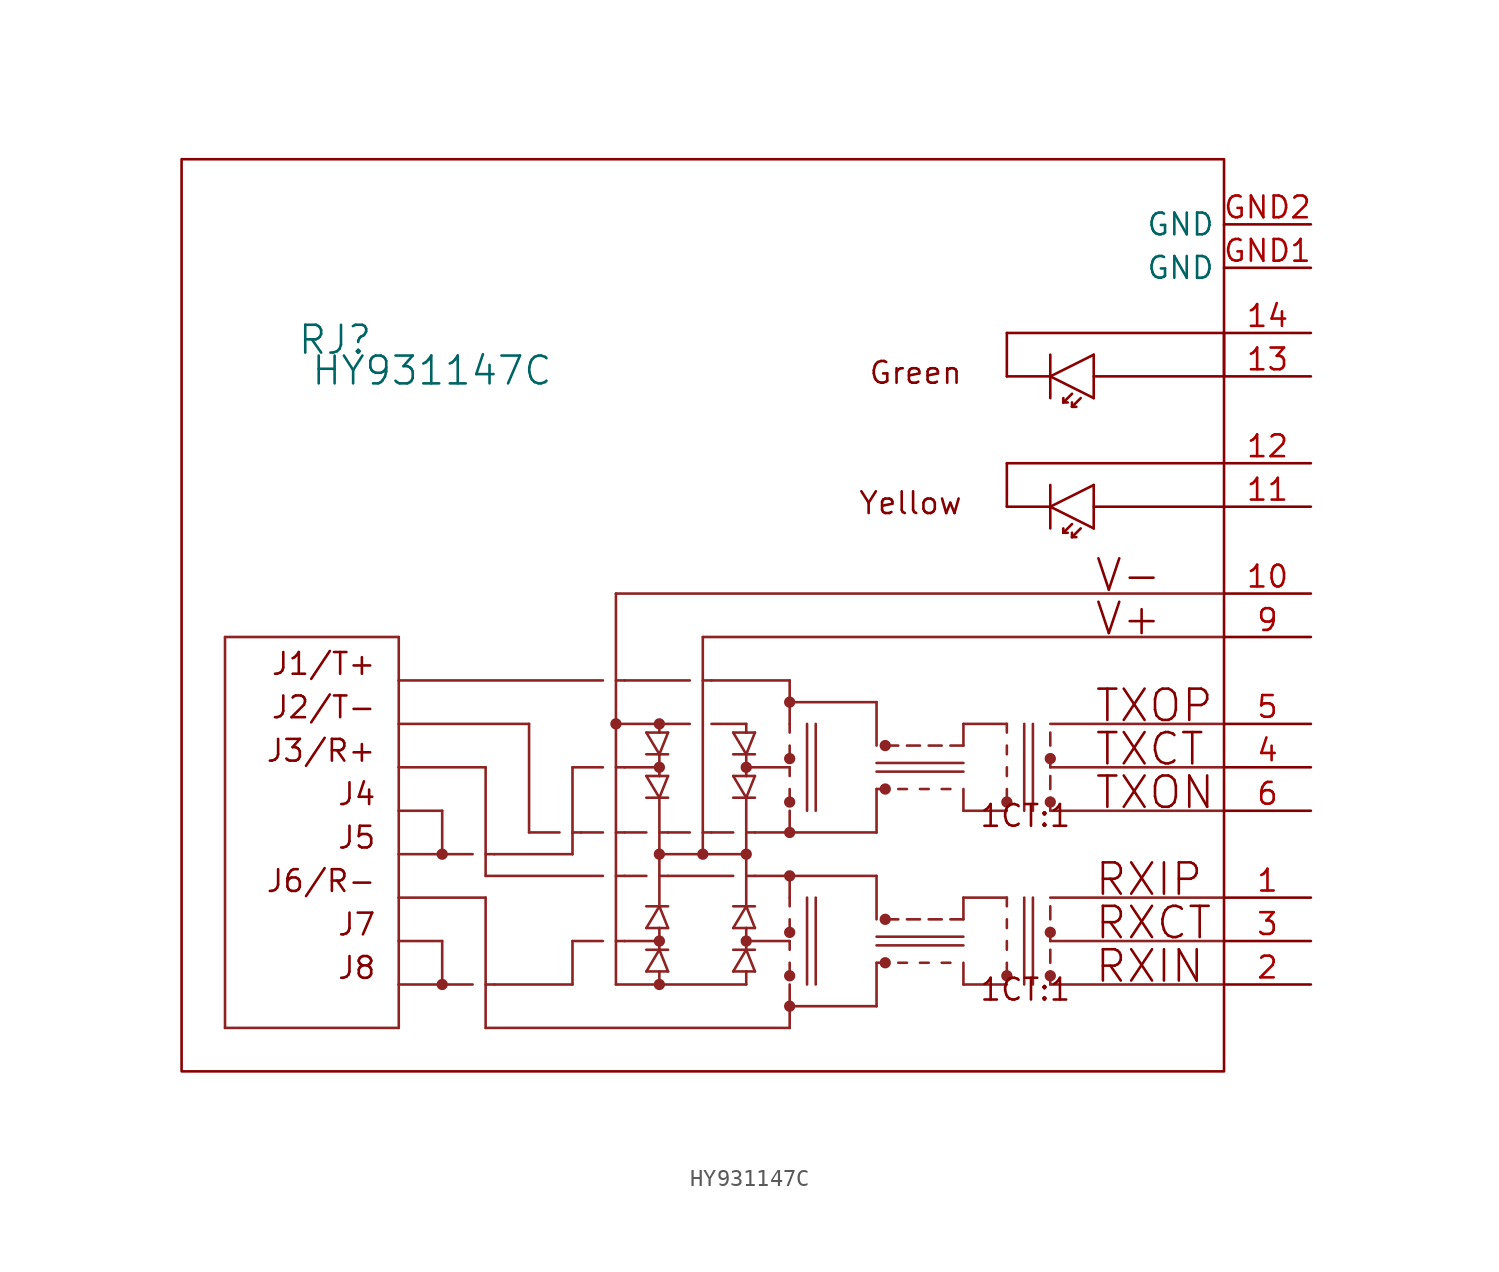
<source format=kicad_sym>
(kicad_symbol_lib
  (version 20241209)
  (generator "kicad_symbol_editor")
  (generator_version "9.0")
  (symbol "HY931147C"
    (property "Reference" "RJ"
      (at -24.046 14.837 0)
      (effects (font (size 1.626 1.626))))
    (property "Value" "HY931147C"
      (at -11.273 12.086 0)
      (effects (font (size 1.626 1.626)) (justify right bottom)))
    (symbol "HY931147C_1_0"
      (rectangle (start -33.02 25.4) (end 27.94 -27.94) (stroke (width 0) (type solid) (color 136 0 0 1)) (fill (type none)))
      (polyline (pts (xy -30.48 -2.54) (xy -30.48 -25.4)) (stroke (width 0) (type solid) (color 141 35 35 1)) (fill (type none)))
      (polyline (pts (xy -30.48 -25.4) (xy -20.32 -25.4)) (stroke (width 0) (type solid) (color 141 35 35 1)) (fill (type none)))
      (polyline (pts (xy -20.32 -2.54) (xy -30.48 -2.54)) (stroke (width 0) (type solid) (color 141 35 35 1)) (fill (type none)))
      (polyline (pts (xy -20.32 -5.08) (xy -20.32 -2.54)) (stroke (width 0) (type solid) (color 141 35 35 1)) (fill (type none)))
      (polyline (pts (xy -20.32 -7.62) (xy -20.32 -5.08)) (stroke (width 0) (type solid) (color 141 35 35 1)) (fill (type none)))
      (polyline (pts (xy -20.32 -10.16) (xy -20.32 -7.62)) (stroke (width 0) (type solid) (color 141 35 35 1)) (fill (type none)))
      (polyline (pts (xy -20.32 -12.7) (xy -20.32 -10.16)) (stroke (width 0) (type solid) (color 141 35 35 1)) (fill (type none)))
      (polyline (pts (xy -20.32 -12.7) (xy -17.78 -12.7)) (stroke (width 0) (type solid) (color 141 35 35 1)) (fill (type none)))
      (polyline (pts (xy -20.32 -15.24) (xy -20.32 -12.7)) (stroke (width 0) (type solid) (color 141 35 35 1)) (fill (type none)))
      (polyline (pts (xy -20.32 -17.78) (xy -20.32 -15.24)) (stroke (width 0) (type solid) (color 141 35 35 1)) (fill (type none)))
      (polyline (pts (xy -20.32 -20.32) (xy -20.32 -17.78)) (stroke (width 0) (type solid) (color 141 35 35 1)) (fill (type none)))
      (polyline (pts (xy -20.32 -22.86) (xy -20.32 -20.32)) (stroke (width 0) (type solid) (color 141 35 35 1)) (fill (type none)))
      (polyline (pts (xy -20.32 -22.86) (xy -17.78 -22.86)) (stroke (width 0) (type solid) (color 141 35 35 1)) (fill (type none)))
      (polyline (pts (xy -20.32 -25.4) (xy -20.32 -22.86)) (stroke (width 0) (type solid) (color 141 35 35 1)) (fill (type none)))
      (polyline (pts (xy -17.78 -12.7) (xy -17.78 -15.24)) (stroke (width 0) (type solid) (color 141 35 35 1)) (fill (type none)))
      (circle (center -17.78 -15.24) (radius 0.254) (stroke (width 0) (type solid) (color 141 35 35 1)) (fill (type outline)))
      (polyline (pts (xy -17.78 -15.24) (xy -20.32 -15.24)) (stroke (width 0) (type solid) (color 141 35 35 1)) (fill (type none)))
      (polyline (pts (xy -17.78 -20.32) (xy -20.32 -20.32)) (stroke (width 0) (type solid) (color 141 35 35 1)) (fill (type none)))
      (circle (center -17.78 -22.86) (radius 0.254) (stroke (width 0) (type solid) (color 141 35 35 1)) (fill (type outline)))
      (polyline (pts (xy -17.78 -22.86) (xy -17.78 -20.32)) (stroke (width 0) (type solid) (color 141 35 35 1)) (fill (type none)))
      (polyline (pts (xy -16.002 -15.24) (xy -17.78 -15.24)) (stroke (width 0) (type solid) (color 141 35 35 1)) (fill (type none)))
      (polyline (pts (xy -16.002 -22.86) (xy -17.78 -22.86)) (stroke (width 0) (type solid) (color 141 35 35 1)) (fill (type none)))
      (polyline (pts (xy -15.24 -10.16) (xy -20.32 -10.16)) (stroke (width 0) (type solid) (color 141 35 35 1)) (fill (type none)))
      (polyline (pts (xy -15.24 -15.24) (xy -14.732 -15.24)) (stroke (width 0) (type solid) (color 141 35 35 1)) (fill (type none)))
      (polyline (pts (xy -15.24 -16.51) (xy -15.24 -10.16)) (stroke (width 0) (type solid) (color 141 35 35 1)) (fill (type none)))
      (polyline (pts (xy -15.24 -17.78) (xy -20.32 -17.78)) (stroke (width 0) (type solid) (color 141 35 35 1)) (fill (type none)))
      (polyline (pts (xy -15.24 -22.86) (xy -14.732 -22.86)) (stroke (width 0) (type solid) (color 141 35 35 1)) (fill (type none)))
      (polyline (pts (xy -15.24 -25.4) (xy -15.24 -17.78)) (stroke (width 0) (type solid) (color 141 35 35 1)) (fill (type none)))
      (polyline (pts (xy -12.7 -7.62) (xy -20.32 -7.62)) (stroke (width 0) (type solid) (color 141 35 35 1)) (fill (type none)))
      (polyline (pts (xy -12.7 -13.97) (xy -12.7 -7.62)) (stroke (width 0) (type solid) (color 141 35 35 1)) (fill (type none)))
      (polyline (pts (xy -10.922 -13.97) (xy -12.7 -13.97)) (stroke (width 0) (type solid) (color 141 35 35 1)) (fill (type none)))
      (polyline (pts (xy -10.16 -10.16) (xy -10.16 -15.24)) (stroke (width 0) (type solid) (color 141 35 35 1)) (fill (type none)))
      (polyline (pts (xy -10.16 -13.97) (xy -9.652 -13.97)) (stroke (width 0) (type solid) (color 141 35 35 1)) (fill (type none)))
      (polyline (pts (xy -10.16 -15.24) (xy -14.732 -15.24)) (stroke (width 0) (type solid) (color 141 35 35 1)) (fill (type none)))
      (polyline (pts (xy -10.16 -20.32) (xy -10.16 -22.86)) (stroke (width 0) (type solid) (color 141 35 35 1)) (fill (type none)))
      (polyline (pts (xy -10.16 -22.86) (xy -14.732 -22.86)) (stroke (width 0) (type solid) (color 141 35 35 1)) (fill (type none)))
      (polyline (pts (xy -8.382 -5.08) (xy -20.32 -5.08)) (stroke (width 0) (type solid) (color 141 35 35 1)) (fill (type none)))
      (polyline (pts (xy -8.382 -10.16) (xy -10.16 -10.16)) (stroke (width 0) (type solid) (color 141 35 35 1)) (fill (type none)))
      (polyline (pts (xy -8.382 -13.97) (xy -9.652 -13.97)) (stroke (width 0) (type solid) (color 141 35 35 1)) (fill (type none)))
      (polyline (pts (xy -8.382 -16.51) (xy -15.24 -16.51)) (stroke (width 0) (type solid) (color 141 35 35 1)) (fill (type none)))
      (polyline (pts (xy -8.382 -20.32) (xy -10.16 -20.32)) (stroke (width 0) (type solid) (color 141 35 35 1)) (fill (type none)))
      (polyline (pts (xy -7.62 0) (xy -7.62 -7.62)) (stroke (width 0) (type solid) (color 141 35 35 1)) (fill (type none)))
      (polyline (pts (xy -7.62 -5.08) (xy -7.112 -5.08)) (stroke (width 0) (type solid) (color 141 35 35 1)) (fill (type none)))
      (circle (center -7.62 -7.62) (radius 0.254) (stroke (width 0) (type solid) (color 141 35 35 1)) (fill (type outline)))
      (polyline (pts (xy -7.62 -7.62) (xy -7.62 -22.86)) (stroke (width 0) (type solid) (color 141 35 35 1)) (fill (type none)))
      (polyline (pts (xy -7.62 -10.16) (xy -7.112 -10.16)) (stroke (width 0) (type solid) (color 141 35 35 1)) (fill (type none)))
      (polyline (pts (xy -7.62 -13.97) (xy -7.112 -13.97)) (stroke (width 0) (type solid) (color 141 35 35 1)) (fill (type none)))
      (polyline (pts (xy -7.62 -16.51) (xy -7.112 -16.51)) (stroke (width 0) (type solid) (color 141 35 35 1)) (fill (type none)))
      (polyline (pts (xy -7.62 -20.32) (xy -7.112 -20.32)) (stroke (width 0) (type solid) (color 141 35 35 1)) (fill (type none)))
      (polyline (pts (xy -7.62 -22.86) (xy -5.08 -22.86)) (stroke (width 0) (type solid) (color 141 35 35 1)) (fill (type none)))
      (polyline (pts (xy -5.842 -8.128) (xy -5.08 -9.398)) (stroke (width 0) (type solid) (color 141 35 35 1)) (fill (type none)))
      (polyline (pts (xy -5.842 -10.668) (xy -5.08 -11.938)) (stroke (width 0) (type solid) (color 141 35 35 1)) (fill (type none)))
      (polyline (pts (xy -5.842 -13.97) (xy -7.112 -13.97)) (stroke (width 0) (type solid) (color 141 35 35 1)) (fill (type none)))
      (polyline (pts (xy -5.842 -16.51) (xy -7.112 -16.51)) (stroke (width 0) (type solid) (color 141 35 35 1)) (fill (type none)))
      (polyline (pts (xy -5.842 -18.288) (xy -5.08 -18.288)) (stroke (width 0) (type solid) (color 141 35 35 1)) (fill (type none)))
      (polyline (pts (xy -5.842 -19.558) (xy -5.08 -19.558)) (stroke (width 0) (type solid) (color 141 35 35 1)) (fill (type none)))
      (polyline (pts (xy -5.842 -20.828) (xy -5.08 -20.828)) (stroke (width 0) (type solid) (color 141 35 35 1)) (fill (type none)))
      (polyline (pts (xy -5.842 -22.098) (xy -5.08 -22.098)) (stroke (width 0) (type solid) (color 141 35 35 1)) (fill (type none)))
      (circle (center -5.08 -7.62) (radius 0.254) (stroke (width 0) (type solid) (color 141 35 35 1)) (fill (type outline)))
      (polyline (pts (xy -5.08 -7.62) (xy -7.62 -7.62)) (stroke (width 0) (type solid) (color 141 35 35 1)) (fill (type none)))
      (polyline (pts (xy -5.08 -8.128) (xy -5.842 -8.128)) (stroke (width 0) (type solid) (color 141 35 35 1)) (fill (type none)))
      (polyline (pts (xy -5.08 -8.128) (xy -5.08 -7.62)) (stroke (width 0) (type solid) (color 141 35 35 1)) (fill (type none)))
      (polyline (pts (xy -5.08 -9.398) (xy -5.842 -9.398)) (stroke (width 0) (type solid) (color 141 35 35 1)) (fill (type none)))
      (polyline (pts (xy -5.08 -9.398) (xy -5.08 -10.16)) (stroke (width 0) (type solid) (color 141 35 35 1)) (fill (type none)))
      (polyline (pts (xy -5.08 -9.398) (xy -4.572 -8.128)) (stroke (width 0) (type solid) (color 141 35 35 1)) (fill (type none)))
      (circle (center -5.08 -10.16) (radius 0.254) (stroke (width 0) (type solid) (color 141 35 35 1)) (fill (type outline)))
      (polyline (pts (xy -5.08 -10.16) (xy -7.112 -10.16)) (stroke (width 0) (type solid) (color 141 35 35 1)) (fill (type none)))
      (polyline (pts (xy -5.08 -10.16) (xy -5.08 -10.668)) (stroke (width 0) (type solid) (color 141 35 35 1)) (fill (type none)))
      (polyline (pts (xy -5.08 -10.668) (xy -5.842 -10.668)) (stroke (width 0) (type solid) (color 141 35 35 1)) (fill (type none)))
      (polyline (pts (xy -5.08 -11.938) (xy -5.842 -11.938)) (stroke (width 0) (type solid) (color 141 35 35 1)) (fill (type none)))
      (polyline (pts (xy -5.08 -11.938) (xy -4.572 -10.668)) (stroke (width 0) (type solid) (color 141 35 35 1)) (fill (type none)))
      (polyline (pts (xy -5.08 -13.97) (xy -4.572 -13.97)) (stroke (width 0) (type solid) (color 141 35 35 1)) (fill (type none)))
      (circle (center -5.08 -15.24) (radius 0.254) (stroke (width 0) (type solid) (color 141 35 35 1)) (fill (type outline)))
      (polyline (pts (xy -5.08 -15.24) (xy -5.08 -11.938)) (stroke (width 0) (type solid) (color 141 35 35 1)) (fill (type none)))
      (polyline (pts (xy -5.08 -16.51) (xy -4.572 -16.51)) (stroke (width 0) (type solid) (color 141 35 35 1)) (fill (type none)))
      (polyline (pts (xy -5.08 -18.288) (xy -5.842 -19.558)) (stroke (width 0) (type solid) (color 141 35 35 1)) (fill (type none)))
      (polyline (pts (xy -5.08 -18.288) (xy -5.08 -15.24)) (stroke (width 0) (type solid) (color 141 35 35 1)) (fill (type none)))
      (polyline (pts (xy -5.08 -18.288) (xy -4.572 -18.288)) (stroke (width 0) (type solid) (color 141 35 35 1)) (fill (type none)))
      (polyline (pts (xy -5.08 -19.558) (xy -4.572 -19.558)) (stroke (width 0) (type solid) (color 141 35 35 1)) (fill (type none)))
      (circle (center -5.08 -20.32) (radius 0.254) (stroke (width 0) (type solid) (color 141 35 35 1)) (fill (type outline)))
      (polyline (pts (xy -5.08 -20.32) (xy -7.112 -20.32)) (stroke (width 0) (type solid) (color 141 35 35 1)) (fill (type none)))
      (polyline (pts (xy -5.08 -20.32) (xy -5.08 -19.558)) (stroke (width 0) (type solid) (color 141 35 35 1)) (fill (type none)))
      (polyline (pts (xy -5.08 -20.828) (xy -5.842 -22.098)) (stroke (width 0) (type solid) (color 141 35 35 1)) (fill (type none)))
      (polyline (pts (xy -5.08 -20.828) (xy -5.08 -20.32)) (stroke (width 0) (type solid) (color 141 35 35 1)) (fill (type none)))
      (polyline (pts (xy -5.08 -20.828) (xy -4.572 -20.828)) (stroke (width 0) (type solid) (color 141 35 35 1)) (fill (type none)))
      (polyline (pts (xy -5.08 -22.098) (xy -5.08 -22.86)) (stroke (width 0) (type solid) (color 141 35 35 1)) (fill (type none)))
      (polyline (pts (xy -5.08 -22.098) (xy -4.572 -22.098)) (stroke (width 0) (type solid) (color 141 35 35 1)) (fill (type none)))
      (circle (center -5.08 -22.86) (radius 0.254) (stroke (width 0) (type solid) (color 141 35 35 1)) (fill (type outline)))
      (polyline (pts (xy -4.572 -8.128) (xy -5.08 -8.128)) (stroke (width 0) (type solid) (color 141 35 35 1)) (fill (type none)))
      (polyline (pts (xy -4.572 -9.398) (xy -5.08 -9.398)) (stroke (width 0) (type solid) (color 141 35 35 1)) (fill (type none)))
      (polyline (pts (xy -4.572 -10.668) (xy -5.08 -10.668)) (stroke (width 0) (type solid) (color 141 35 35 1)) (fill (type none)))
      (polyline (pts (xy -4.572 -11.938) (xy -5.08 -11.938)) (stroke (width 0) (type solid) (color 141 35 35 1)) (fill (type none)))
      (polyline (pts (xy -4.572 -19.558) (xy -5.08 -18.288)) (stroke (width 0) (type solid) (color 141 35 35 1)) (fill (type none)))
      (polyline (pts (xy -4.572 -22.098) (xy -5.08 -20.828)) (stroke (width 0) (type solid) (color 141 35 35 1)) (fill (type none)))
      (polyline (pts (xy -3.302 -5.08) (xy -7.112 -5.08)) (stroke (width 0) (type solid) (color 141 35 35 1)) (fill (type none)))
      (polyline (pts (xy -3.302 -7.62) (xy -5.08 -7.62)) (stroke (width 0) (type solid) (color 141 35 35 1)) (fill (type none)))
      (polyline (pts (xy -3.302 -13.97) (xy -4.572 -13.97)) (stroke (width 0) (type solid) (color 141 35 35 1)) (fill (type none)))
      (polyline (pts (xy -2.54 -2.54) (xy -2.54 -15.24)) (stroke (width 0) (type solid) (color 141 35 35 1)) (fill (type none)))
      (polyline (pts (xy -2.54 -5.08) (xy -2.032 -5.08)) (stroke (width 0) (type solid) (color 141 35 35 1)) (fill (type none)))
      (polyline (pts (xy -2.54 -13.97) (xy -2.032 -13.97)) (stroke (width 0) (type solid) (color 141 35 35 1)) (fill (type none)))
      (circle (center -2.54 -15.24) (radius 0.254) (stroke (width 0) (type solid) (color 141 35 35 1)) (fill (type outline)))
      (polyline (pts (xy -2.54 -15.24) (xy -5.08 -15.24)) (stroke (width 0) (type solid) (color 141 35 35 1)) (fill (type none)))
      (polyline (pts (xy -0.762 -8.128) (xy 0 -9.398)) (stroke (width 0) (type solid) (color 141 35 35 1)) (fill (type none)))
      (polyline (pts (xy -0.762 -10.668) (xy 0 -11.938)) (stroke (width 0) (type solid) (color 141 35 35 1)) (fill (type none)))
      (polyline (pts (xy -0.762 -13.97) (xy -2.032 -13.97)) (stroke (width 0) (type solid) (color 141 35 35 1)) (fill (type none)))
      (polyline (pts (xy -0.762 -16.51) (xy -4.572 -16.51)) (stroke (width 0) (type solid) (color 141 35 35 1)) (fill (type none)))
      (polyline (pts (xy -0.762 -18.288) (xy 0 -18.288)) (stroke (width 0) (type solid) (color 141 35 35 1)) (fill (type none)))
      (polyline (pts (xy -0.762 -19.558) (xy 0 -19.558)) (stroke (width 0) (type solid) (color 141 35 35 1)) (fill (type none)))
      (polyline (pts (xy -0.762 -20.828) (xy 0 -20.828)) (stroke (width 0) (type solid) (color 141 35 35 1)) (fill (type none)))
      (polyline (pts (xy -0.762 -22.098) (xy 0 -22.098)) (stroke (width 0) (type solid) (color 141 35 35 1)) (fill (type none)))
      (polyline (pts (xy 0 -7.62) (xy -2.032 -7.62)) (stroke (width 0) (type solid) (color 141 35 35 1)) (fill (type none)))
      (polyline (pts (xy 0 -8.128) (xy -0.762 -8.128)) (stroke (width 0) (type solid) (color 141 35 35 1)) (fill (type none)))
      (polyline (pts (xy 0 -8.128) (xy 0 -7.62)) (stroke (width 0) (type solid) (color 141 35 35 1)) (fill (type none)))
      (polyline (pts (xy 0 -9.398) (xy -0.762 -9.398)) (stroke (width 0) (type solid) (color 141 35 35 1)) (fill (type none)))
      (polyline (pts (xy 0 -9.398) (xy 0 -10.16)) (stroke (width 0) (type solid) (color 141 35 35 1)) (fill (type none)))
      (polyline (pts (xy 0 -9.398) (xy 0.508 -8.128)) (stroke (width 0) (type solid) (color 141 35 35 1)) (fill (type none)))
      (polyline (pts (xy 0 -10.16) (xy 0 -10.668)) (stroke (width 0) (type solid) (color 141 35 35 1)) (fill (type none)))
      (polyline (pts (xy 0 -10.16) (xy 2.54 -10.16)) (stroke (width 0) (type solid) (color 141 35 35 1)) (fill (type none)))
      (circle (center 0 -10.16) (radius 0.254) (stroke (width 0) (type solid) (color 141 35 35 1)) (fill (type outline)))
      (polyline (pts (xy 0 -10.668) (xy -0.762 -10.668)) (stroke (width 0) (type solid) (color 141 35 35 1)) (fill (type none)))
      (polyline (pts (xy 0 -11.938) (xy -0.762 -11.938)) (stroke (width 0) (type solid) (color 141 35 35 1)) (fill (type none)))
      (polyline (pts (xy 0 -11.938) (xy 0.508 -10.668)) (stroke (width 0) (type solid) (color 141 35 35 1)) (fill (type none)))
      (polyline (pts (xy 0 -13.97) (xy 0.508 -13.97)) (stroke (width 0) (type solid) (color 141 35 35 1)) (fill (type none)))
      (polyline (pts (xy 0 -15.24) (xy -2.54 -15.24)) (stroke (width 0) (type solid) (color 141 35 35 1)) (fill (type none)))
      (polyline (pts (xy 0 -15.24) (xy 0 -11.938)) (stroke (width 0) (type solid) (color 141 35 35 1)) (fill (type none)))
      (circle (center 0 -15.24) (radius 0.254) (stroke (width 0) (type solid) (color 141 35 35 1)) (fill (type outline)))
      (polyline (pts (xy 0 -16.51) (xy 0.508 -16.51)) (stroke (width 0) (type solid) (color 141 35 35 1)) (fill (type none)))
      (polyline (pts (xy 0 -18.288) (xy -0.762 -19.558)) (stroke (width 0) (type solid) (color 141 35 35 1)) (fill (type none)))
      (polyline (pts (xy 0 -18.288) (xy 0 -15.24)) (stroke (width 0) (type solid) (color 141 35 35 1)) (fill (type none)))
      (polyline (pts (xy 0 -18.288) (xy 0.508 -18.288)) (stroke (width 0) (type solid) (color 141 35 35 1)) (fill (type none)))
      (polyline (pts (xy 0 -19.558) (xy 0.508 -19.558)) (stroke (width 0) (type solid) (color 141 35 35 1)) (fill (type none)))
      (polyline (pts (xy 0 -20.32) (xy 0 -19.558)) (stroke (width 0) (type solid) (color 141 35 35 1)) (fill (type none)))
      (polyline (pts (xy 0 -20.32) (xy 2.54 -20.32)) (stroke (width 0) (type solid) (color 141 35 35 1)) (fill (type none)))
      (circle (center 0 -20.32) (radius 0.254) (stroke (width 0) (type solid) (color 141 35 35 1)) (fill (type outline)))
      (polyline (pts (xy 0 -20.828) (xy -0.762 -22.098)) (stroke (width 0) (type solid) (color 141 35 35 1)) (fill (type none)))
      (polyline (pts (xy 0 -20.828) (xy 0 -20.32)) (stroke (width 0) (type solid) (color 141 35 35 1)) (fill (type none)))
      (polyline (pts (xy 0 -20.828) (xy 0.508 -20.828)) (stroke (width 0) (type solid) (color 141 35 35 1)) (fill (type none)))
      (polyline (pts (xy 0 -22.098) (xy 0 -22.86)) (stroke (width 0) (type solid) (color 141 35 35 1)) (fill (type none)))
      (polyline (pts (xy 0 -22.098) (xy 0.508 -22.098)) (stroke (width 0) (type solid) (color 141 35 35 1)) (fill (type none)))
      (polyline (pts (xy 0 -22.86) (xy -5.08 -22.86)) (stroke (width 0) (type solid) (color 141 35 35 1)) (fill (type none)))
      (polyline (pts (xy 0.508 -8.128) (xy 0 -8.128)) (stroke (width 0) (type solid) (color 141 35 35 1)) (fill (type none)))
      (polyline (pts (xy 0.508 -9.398) (xy 0 -9.398)) (stroke (width 0) (type solid) (color 141 35 35 1)) (fill (type none)))
      (polyline (pts (xy 0.508 -10.668) (xy 0 -10.668)) (stroke (width 0) (type solid) (color 141 35 35 1)) (fill (type none)))
      (polyline (pts (xy 0.508 -11.938) (xy 0 -11.938)) (stroke (width 0) (type solid) (color 141 35 35 1)) (fill (type none)))
      (polyline (pts (xy 0.508 -16.51) (xy 2.54 -16.51)) (stroke (width 0) (type solid) (color 141 35 35 1)) (fill (type none)))
      (polyline (pts (xy 0.508 -19.558) (xy 0 -18.288)) (stroke (width 0) (type solid) (color 141 35 35 1)) (fill (type none)))
      (polyline (pts (xy 0.508 -22.098) (xy 0 -20.828)) (stroke (width 0) (type solid) (color 141 35 35 1)) (fill (type none)))
      (polyline (pts (xy 2.54 -5.08) (xy -2.032 -5.08)) (stroke (width 0) (type solid) (color 141 35 35 1)) (fill (type none)))
      (polyline (pts (xy 2.54 -6.35) (xy 2.54 -5.08)) (stroke (width 0) (type solid) (color 141 35 35 1)) (fill (type none)))
      (polyline (pts (xy 2.54 -6.35) (xy 2.54 -7.62)) (stroke (width 0) (type solid) (color 141 35 35 1)) (fill (type none)))
      (circle (center 2.54 -6.35) (radius 0.254) (stroke (width 0) (type solid) (color 141 35 35 1)) (fill (type outline)))
      (polyline (pts (xy 2.54 -8.128) (xy 2.54 -7.62)) (stroke (width 0) (type solid) (color 141 35 35 1)) (fill (type none)))
      (polyline (pts (xy 2.54 -9.398) (xy 2.54 -8.89)) (stroke (width 0) (type solid) (color 141 35 35 1)) (fill (type none)))
      (circle (center 2.54 -9.652) (radius 0.254) (stroke (width 0) (type solid) (color 141 35 35 1)) (fill (type outline)))
      (polyline (pts (xy 2.54 -10.668) (xy 2.54 -10.16)) (stroke (width 0) (type solid) (color 141 35 35 1)) (fill (type none)))
      (polyline (pts (xy 2.54 -11.938) (xy 2.54 -11.43)) (stroke (width 0) (type solid) (color 141 35 35 1)) (fill (type none)))
      (circle (center 2.54 -12.192) (radius 0.254) (stroke (width 0) (type solid) (color 141 35 35 1)) (fill (type outline)))
      (polyline (pts (xy 2.54 -13.97) (xy 0.508 -13.97)) (stroke (width 0) (type solid) (color 141 35 35 1)) (fill (type none)))
      (polyline (pts (xy 2.54 -13.97) (xy 2.54 -12.7)) (stroke (width 0) (type solid) (color 141 35 35 1)) (fill (type none)))
      (circle (center 2.54 -13.97) (radius 0.254) (stroke (width 0) (type solid) (color 141 35 35 1)) (fill (type outline)))
      (circle (center 2.54 -16.51) (radius 0.254) (stroke (width 0) (type solid) (color 141 35 35 1)) (fill (type outline)))
      (polyline (pts (xy 2.54 -17.78) (xy 2.54 -16.51)) (stroke (width 0) (type solid) (color 141 35 35 1)) (fill (type none)))
      (polyline (pts (xy 2.54 -18.288) (xy 2.54 -17.78)) (stroke (width 0) (type solid) (color 141 35 35 1)) (fill (type none)))
      (polyline (pts (xy 2.54 -19.558) (xy 2.54 -19.05)) (stroke (width 0) (type solid) (color 141 35 35 1)) (fill (type none)))
      (circle (center 2.54 -19.812) (radius 0.254) (stroke (width 0) (type solid) (color 141 35 35 1)) (fill (type outline)))
      (polyline (pts (xy 2.54 -20.828) (xy 2.54 -20.32)) (stroke (width 0) (type solid) (color 141 35 35 1)) (fill (type none)))
      (polyline (pts (xy 2.54 -22.098) (xy 2.54 -21.59)) (stroke (width 0) (type solid) (color 141 35 35 1)) (fill (type none)))
      (circle (center 2.54 -22.352) (radius 0.254) (stroke (width 0) (type solid) (color 141 35 35 1)) (fill (type outline)))
      (polyline (pts (xy 2.54 -24.13) (xy 2.54 -22.86)) (stroke (width 0) (type solid) (color 141 35 35 1)) (fill (type none)))
      (polyline (pts (xy 2.54 -24.13) (xy 2.54 -25.4)) (stroke (width 0) (type solid) (color 141 35 35 1)) (fill (type none)))
      (circle (center 2.54 -24.13) (radius 0.254) (stroke (width 0) (type solid) (color 141 35 35 1)) (fill (type outline)))
      (polyline (pts (xy 2.54 -25.4) (xy -15.24 -25.4)) (stroke (width 0) (type solid) (color 141 35 35 1)) (fill (type none)))
      (polyline (pts (xy 3.556 -12.7) (xy 3.556 -7.62)) (stroke (width 0) (type solid) (color 141 35 35 1)) (fill (type none)))
      (polyline (pts (xy 3.556 -22.86) (xy 3.556 -17.78)) (stroke (width 0) (type solid) (color 141 35 35 1)) (fill (type none)))
      (polyline (pts (xy 4.064 -12.7) (xy 4.064 -7.62)) (stroke (width 0) (type solid) (color 141 35 35 1)) (fill (type none)))
      (polyline (pts (xy 4.064 -22.86) (xy 4.064 -17.78)) (stroke (width 0) (type solid) (color 141 35 35 1)) (fill (type none)))
      (polyline (pts (xy 7.62 -6.35) (xy 2.54 -6.35)) (stroke (width 0) (type solid) (color 141 35 35 1)) (fill (type none)))
      (polyline (pts (xy 7.62 -8.89) (xy 7.62 -6.35)) (stroke (width 0) (type solid) (color 141 35 35 1)) (fill (type none)))
      (polyline (pts (xy 7.62 -11.43) (xy 7.62 -13.97)) (stroke (width 0) (type solid) (color 141 35 35 1)) (fill (type none)))
      (polyline (pts (xy 7.62 -13.97) (xy 2.54 -13.97)) (stroke (width 0) (type solid) (color 141 35 35 1)) (fill (type none)))
      (polyline (pts (xy 7.62 -16.51) (xy 2.54 -16.51)) (stroke (width 0) (type solid) (color 141 35 35 1)) (fill (type none)))
      (polyline (pts (xy 7.62 -19.05) (xy 7.62 -16.51)) (stroke (width 0) (type solid) (color 141 35 35 1)) (fill (type none)))
      (polyline (pts (xy 7.62 -21.59) (xy 7.62 -24.13)) (stroke (width 0) (type solid) (color 141 35 35 1)) (fill (type none)))
      (polyline (pts (xy 7.62 -24.13) (xy 2.54 -24.13)) (stroke (width 0) (type solid) (color 141 35 35 1)) (fill (type none)))
      (polyline (pts (xy 8.128 -8.89) (xy 8.89 -8.89)) (stroke (width 0) (type solid) (color 141 35 35 1)) (fill (type none)))
      (circle (center 8.128 -8.89) (radius 0.254) (stroke (width 0) (type solid) (color 141 35 35 1)) (fill (type outline)))
      (polyline (pts (xy 8.128 -11.43) (xy 7.62 -11.43)) (stroke (width 0) (type solid) (color 141 35 35 1)) (fill (type none)))
      (circle (center 8.128 -11.43) (radius 0.254) (stroke (width 0) (type solid) (color 141 35 35 1)) (fill (type outline)))
      (polyline (pts (xy 8.128 -19.05) (xy 8.89 -19.05)) (stroke (width 0) (type solid) (color 141 35 35 1)) (fill (type none)))
      (circle (center 8.128 -19.05) (radius 0.254) (stroke (width 0) (type solid) (color 141 35 35 1)) (fill (type outline)))
      (polyline (pts (xy 8.128 -21.59) (xy 7.62 -21.59)) (stroke (width 0) (type solid) (color 141 35 35 1)) (fill (type none)))
      (circle (center 8.128 -21.59) (radius 0.254) (stroke (width 0) (type solid) (color 141 35 35 1)) (fill (type outline)))
      (polyline (pts (xy 9.398 -8.89) (xy 10.16 -8.89)) (stroke (width 0) (type solid) (color 141 35 35 1)) (fill (type none)))
      (polyline (pts (xy 9.398 -11.43) (xy 8.89 -11.43)) (stroke (width 0) (type solid) (color 141 35 35 1)) (fill (type none)))
      (polyline (pts (xy 9.398 -19.05) (xy 10.16 -19.05)) (stroke (width 0) (type solid) (color 141 35 35 1)) (fill (type none)))
      (polyline (pts (xy 9.398 -21.59) (xy 8.89 -21.59)) (stroke (width 0) (type solid) (color 141 35 35 1)) (fill (type none)))
      (polyline (pts (xy 10.668 -8.89) (xy 11.43 -8.89)) (stroke (width 0) (type solid) (color 141 35 35 1)) (fill (type none)))
      (polyline (pts (xy 10.668 -11.43) (xy 10.16 -11.43)) (stroke (width 0) (type solid) (color 141 35 35 1)) (fill (type none)))
      (polyline (pts (xy 10.668 -19.05) (xy 11.43 -19.05)) (stroke (width 0) (type solid) (color 141 35 35 1)) (fill (type none)))
      (polyline (pts (xy 10.668 -21.59) (xy 10.16 -21.59)) (stroke (width 0) (type solid) (color 141 35 35 1)) (fill (type none)))
      (polyline (pts (xy 11.938 -8.89) (xy 12.7 -8.89)) (stroke (width 0) (type solid) (color 141 35 35 1)) (fill (type none)))
      (polyline (pts (xy 11.938 -11.43) (xy 11.43 -11.43)) (stroke (width 0) (type solid) (color 141 35 35 1)) (fill (type none)))
      (polyline (pts (xy 11.938 -19.05) (xy 12.7 -19.05)) (stroke (width 0) (type solid) (color 141 35 35 1)) (fill (type none)))
      (polyline (pts (xy 11.938 -21.59) (xy 11.43 -21.59)) (stroke (width 0) (type solid) (color 141 35 35 1)) (fill (type none)))
      (polyline (pts (xy 12.7 -7.62) (xy 12.7 -8.89)) (stroke (width 0) (type solid) (color 141 35 35 1)) (fill (type none)))
      (polyline (pts (xy 12.7 -9.906) (xy 7.62 -9.906)) (stroke (width 0) (type solid) (color 141 35 35 1)) (fill (type none)))
      (polyline (pts (xy 12.7 -10.414) (xy 7.62 -10.414)) (stroke (width 0) (type solid) (color 141 35 35 1)) (fill (type none)))
      (polyline (pts (xy 12.7 -12.7) (xy 12.7 -11.43)) (stroke (width 0) (type solid) (color 141 35 35 1)) (fill (type none)))
      (polyline (pts (xy 12.7 -17.78) (xy 12.7 -19.05)) (stroke (width 0) (type solid) (color 141 35 35 1)) (fill (type none)))
      (polyline (pts (xy 12.7 -20.066) (xy 7.62 -20.066)) (stroke (width 0) (type solid) (color 141 35 35 1)) (fill (type none)))
      (polyline (pts (xy 12.7 -20.574) (xy 7.62 -20.574)) (stroke (width 0) (type solid) (color 141 35 35 1)) (fill (type none)))
      (polyline (pts (xy 12.7 -22.86) (xy 12.7 -21.59)) (stroke (width 0) (type solid) (color 141 35 35 1)) (fill (type none)))
      (polyline (pts (xy 15.24 15.24) (xy 15.24 12.7)) (stroke (width 0) (type solid) (color 136 0 0 1)) (fill (type none)))
      (polyline (pts (xy 15.24 12.7) (xy 17.78 12.7)) (stroke (width 0) (type solid) (color 136 0 0 1)) (fill (type none)))
      (polyline (pts (xy 15.24 7.62) (xy 15.24 5.08)) (stroke (width 0) (type solid) (color 136 0 0 1)) (fill (type none)))
      (polyline (pts (xy 15.24 5.08) (xy 17.78 5.08)) (stroke (width 0) (type solid) (color 136 0 0 1)) (fill (type none)))
      (polyline (pts (xy 15.24 -7.62) (xy 12.7 -7.62)) (stroke (width 0) (type solid) (color 141 35 35 1)) (fill (type none)))
      (polyline (pts (xy 15.24 -8.128) (xy 15.24 -7.62)) (stroke (width 0) (type solid) (color 141 35 35 1)) (fill (type none)))
      (polyline (pts (xy 15.24 -9.398) (xy 15.24 -8.89)) (stroke (width 0) (type solid) (color 141 35 35 1)) (fill (type none)))
      (polyline (pts (xy 15.24 -10.668) (xy 15.24 -10.16)) (stroke (width 0) (type solid) (color 141 35 35 1)) (fill (type none)))
      (polyline (pts (xy 15.24 -11.938) (xy 15.24 -11.43)) (stroke (width 0) (type solid) (color 141 35 35 1)) (fill (type none)))
      (circle (center 15.24 -12.192) (radius 0.254) (stroke (width 0) (type solid) (color 141 35 35 1)) (fill (type outline)))
      (polyline (pts (xy 15.24 -12.7) (xy 12.7 -12.7)) (stroke (width 0) (type solid) (color 141 35 35 1)) (fill (type none)))
      (polyline (pts (xy 15.24 -17.78) (xy 12.7 -17.78)) (stroke (width 0) (type solid) (color 141 35 35 1)) (fill (type none)))
      (polyline (pts (xy 15.24 -18.288) (xy 15.24 -17.78)) (stroke (width 0) (type solid) (color 141 35 35 1)) (fill (type none)))
      (polyline (pts (xy 15.24 -19.558) (xy 15.24 -19.05)) (stroke (width 0) (type solid) (color 141 35 35 1)) (fill (type none)))
      (polyline (pts (xy 15.24 -20.828) (xy 15.24 -20.32)) (stroke (width 0) (type solid) (color 141 35 35 1)) (fill (type none)))
      (polyline (pts (xy 15.24 -22.098) (xy 15.24 -21.59)) (stroke (width 0) (type solid) (color 141 35 35 1)) (fill (type none)))
      (circle (center 15.24 -22.352) (radius 0.254) (stroke (width 0) (type solid) (color 141 35 35 1)) (fill (type outline)))
      (polyline (pts (xy 15.24 -22.86) (xy 12.7 -22.86)) (stroke (width 0) (type solid) (color 141 35 35 1)) (fill (type none)))
      (polyline (pts (xy 16.256 -7.62) (xy 16.256 -12.7)) (stroke (width 0) (type solid) (color 141 35 35 1)) (fill (type none)))
      (polyline (pts (xy 16.256 -17.78) (xy 16.256 -22.86)) (stroke (width 0) (type solid) (color 141 35 35 1)) (fill (type none)))
      (polyline (pts (xy 16.764 -7.62) (xy 16.764 -12.7)) (stroke (width 0) (type solid) (color 141 35 35 1)) (fill (type none)))
      (polyline (pts (xy 16.764 -17.78) (xy 16.764 -22.86)) (stroke (width 0) (type solid) (color 141 35 35 1)) (fill (type none)))
      (polyline (pts (xy 17.78 12.7) (xy 17.78 13.97)) (stroke (width 0) (type solid) (color 136 0 0 1)) (fill (type none)))
      (polyline (pts (xy 17.78 12.7) (xy 20.32 11.43)) (stroke (width 0) (type solid) (color 136 0 0 1)) (fill (type none)))
      (polyline (pts (xy 17.78 11.43) (xy 17.78 12.7)) (stroke (width 0) (type solid) (color 136 0 0 1)) (fill (type none)))
      (polyline (pts (xy 17.78 5.08) (xy 17.78 6.35)) (stroke (width 0) (type solid) (color 136 0 0 1)) (fill (type none)))
      (polyline (pts (xy 17.78 5.08) (xy 20.32 3.81)) (stroke (width 0) (type solid) (color 136 0 0 1)) (fill (type none)))
      (polyline (pts (xy 17.78 3.81) (xy 17.78 5.08)) (stroke (width 0) (type solid) (color 136 0 0 1)) (fill (type none)))
      (polyline (pts (xy 17.78 -8.128) (xy 17.78 -8.89)) (stroke (width 0) (type solid) (color 141 35 35 1)) (fill (type none)))
      (polyline (pts (xy 17.78 -9.398) (xy 17.78 -10.16)) (stroke (width 0) (type solid) (color 141 35 35 1)) (fill (type none)))
      (circle (center 17.78 -9.652) (radius 0.254) (stroke (width 0) (type solid) (color 141 35 35 1)) (fill (type outline)))
      (polyline (pts (xy 17.78 -10.668) (xy 17.78 -11.43)) (stroke (width 0) (type solid) (color 141 35 35 1)) (fill (type none)))
      (polyline (pts (xy 17.78 -11.938) (xy 17.78 -12.7)) (stroke (width 0) (type solid) (color 141 35 35 1)) (fill (type none)))
      (circle (center 17.78 -12.192) (radius 0.254) (stroke (width 0) (type solid) (color 141 35 35 1)) (fill (type outline)))
      (polyline (pts (xy 17.78 -12.7) (xy 27.94 -12.7)) (stroke (width 0) (type solid) (color 141 35 35 1)) (fill (type none)))
      (polyline (pts (xy 17.78 -17.78) (xy 27.94 -17.78)) (stroke (width 0) (type solid) (color 141 35 35 1)) (fill (type none)))
      (polyline (pts (xy 17.78 -18.288) (xy 17.78 -19.05)) (stroke (width 0) (type solid) (color 141 35 35 1)) (fill (type none)))
      (polyline (pts (xy 17.78 -19.558) (xy 17.78 -20.32)) (stroke (width 0) (type solid) (color 141 35 35 1)) (fill (type none)))
      (circle (center 17.78 -19.812) (radius 0.254) (stroke (width 0) (type solid) (color 141 35 35 1)) (fill (type outline)))
      (polyline (pts (xy 17.78 -20.828) (xy 17.78 -21.59)) (stroke (width 0) (type solid) (color 141 35 35 1)) (fill (type none)))
      (polyline (pts (xy 17.78 -22.098) (xy 17.78 -22.86)) (stroke (width 0) (type solid) (color 141 35 35 1)) (fill (type none)))
      (circle (center 17.78 -22.352) (radius 0.254) (stroke (width 0) (type solid) (color 141 35 35 1)) (fill (type outline)))
      (polyline (pts (xy 18.542 11.176) (xy 18.542 11.43)) (stroke (width 0) (type solid) (color 136 0 0 1)) (fill (type none)))
      (polyline (pts (xy 18.542 3.556) (xy 18.542 3.81)) (stroke (width 0) (type solid) (color 136 0 0 1)) (fill (type none)))
      (polyline (pts (xy 18.796 11.176) (xy 18.542 11.176)) (stroke (width 0) (type solid) (color 136 0 0 1)) (fill (type none)))
      (polyline (pts (xy 18.796 3.556) (xy 18.542 3.556)) (stroke (width 0) (type solid) (color 136 0 0 1)) (fill (type none)))
      (polyline (pts (xy 19.05 11.684) (xy 18.542 11.176)) (stroke (width 0) (type solid) (color 136 0 0 1)) (fill (type none)))
      (polyline (pts (xy 19.05 11.176) (xy 19.05 10.922)) (stroke (width 0) (type solid) (color 136 0 0 1)) (fill (type none)))
      (polyline (pts (xy 19.05 10.922) (xy 19.304 10.922)) (stroke (width 0) (type solid) (color 136 0 0 1)) (fill (type none)))
      (polyline (pts (xy 19.05 4.064) (xy 18.542 3.556)) (stroke (width 0) (type solid) (color 136 0 0 1)) (fill (type none)))
      (polyline (pts (xy 19.05 3.556) (xy 19.05 3.302)) (stroke (width 0) (type solid) (color 136 0 0 1)) (fill (type none)))
      (polyline (pts (xy 19.05 3.302) (xy 19.304 3.302)) (stroke (width 0) (type solid) (color 136 0 0 1)) (fill (type none)))
      (polyline (pts (xy 19.558 11.43) (xy 19.05 10.922)) (stroke (width 0) (type solid) (color 136 0 0 1)) (fill (type none)))
      (polyline (pts (xy 19.558 3.81) (xy 19.05 3.302)) (stroke (width 0) (type solid) (color 136 0 0 1)) (fill (type none)))
      (polyline (pts (xy 20.32 13.97) (xy 17.78 12.7)) (stroke (width 0) (type solid) (color 136 0 0 1)) (fill (type none)))
      (polyline (pts (xy 20.32 11.43) (xy 20.32 13.97)) (stroke (width 0) (type solid) (color 136 0 0 1)) (fill (type none)))
      (polyline (pts (xy 20.32 6.35) (xy 17.78 5.08)) (stroke (width 0) (type solid) (color 136 0 0 1)) (fill (type none)))
      (polyline (pts (xy 20.32 3.81) (xy 20.32 6.35)) (stroke (width 0) (type solid) (color 136 0 0 1)) (fill (type none)))
      (polyline (pts (xy 27.94 15.24) (xy 15.24 15.24)) (stroke (width 0) (type solid) (color 136 0 0 1)) (fill (type none)))
      (polyline (pts (xy 27.94 15.24) (xy 27.94 12.7)) (stroke (width 0) (type solid) (color 136 0 0 1)) (fill (type none)))
      (polyline (pts (xy 27.94 12.7) (xy 20.32 12.7)) (stroke (width 0) (type solid) (color 136 0 0 1)) (fill (type none)))
      (polyline (pts (xy 27.94 7.62) (xy 15.24 7.62)) (stroke (width 0) (type solid) (color 136 0 0 1)) (fill (type none)))
      (polyline (pts (xy 27.94 5.08) (xy 20.32 5.08)) (stroke (width 0) (type solid) (color 136 0 0 1)) (fill (type none)))
      (polyline (pts (xy 27.94 0) (xy -7.62 0)) (stroke (width 0) (type solid) (color 141 35 35 1)) (fill (type none)))
      (polyline (pts (xy 27.94 -2.54) (xy -2.54 -2.54)) (stroke (width 0) (type solid) (color 141 35 35 1)) (fill (type none)))
      (polyline (pts (xy 27.94 -7.62) (xy 17.78 -7.62)) (stroke (width 0) (type solid) (color 141 35 35 1)) (fill (type none)))
      (polyline (pts (xy 27.94 -10.16) (xy 17.78 -10.16)) (stroke (width 0) (type solid) (color 141 35 35 1)) (fill (type none)))
      (polyline (pts (xy 27.94 -20.32) (xy 17.78 -20.32)) (stroke (width 0) (type solid) (color 141 35 35 1)) (fill (type none)))
      (polyline (pts (xy 27.94 -22.86) (xy 17.78 -22.86)) (stroke (width 0) (type solid) (color 141 35 35 1)) (fill (type none)))
      (text "J1/T+" (at -21.59 -4.851 0) (effects (font (size 1.27 1.27)) (justify right bottom)))
      (text "J2/T-" (at -21.59 -7.391 0) (effects (font (size 1.27 1.27)) (justify right bottom)))
      (text "J3/R+" (at -21.59 -9.931 0) (effects (font (size 1.27 1.27)) (justify right bottom)))
      (text "J4" (at -21.59 -12.471 0) (effects (font (size 1.27 1.27)) (justify right bottom)))
      (text "J5" (at -21.59 -15.011 0) (effects (font (size 1.27 1.27)) (justify right bottom)))
      (text "J6/R-" (at -21.59 -17.551 0) (effects (font (size 1.27 1.27)) (justify right bottom)))
      (text "J7" (at -21.59 -20.091 0) (effects (font (size 1.27 1.27)) (justify right bottom)))
      (text "J8" (at -21.59 -22.631 0) (effects (font (size 1.27 1.27)) (justify right bottom)))
      (text "Green" (at 12.7 12.167 0) (effects (font (size 1.27 1.27)) (justify right bottom)))
      (text "Yellow" (at 12.7 4.547 0) (effects (font (size 1.27 1.27)) (justify right bottom)))
      (text "1CT:1" (at 19.05 -13.741 0) (effects (font (size 1.27 1.27)) (justify right bottom)))
      (text "1CT:1" (at 19.05 -23.901 0) (effects (font (size 1.27 1.27)) (justify right bottom)))
      (text "V-" (at 20.32 0 0) (effects (font (size 1.829 1.829)) (justify left bottom)))
      (text "V+" (at 20.32 -2.54 0) (effects (font (size 1.829 1.829)) (justify left bottom)))
      (text "TXOP" (at 20.32 -7.62 0) (effects (font (size 1.829 1.829)) (justify left bottom)))
      (text "TXCT" (at 20.32 -10.16 0) (effects (font (size 1.829 1.829)) (justify left bottom)))
      (text "TXON" (at 20.32 -12.7 0) (effects (font (size 1.829 1.829)) (justify left bottom)))
      (text "RXIP" (at 20.32 -17.78 0) (effects (font (size 1.829 1.829)) (justify left bottom)))
      (text "RXCT" (at 20.32 -20.32 0) (effects (font (size 1.829 1.829)) (justify left bottom)))
      (text "RXIN" (at 20.32 -22.86 0) (effects (font (size 1.829 1.829)) (justify left bottom)))
      (pin passive line (at 33.02 21.59 180) (length 5.08) (name "GND" (effects (font (size 1.27 1.27)))) (number "GND2" (effects (font (size 1.27 1.27)))))
      (pin passive line (at 33.02 19.05 180) (length 5.08) (name "GND" (effects (font (size 1.27 1.27)))) (number "GND1" (effects (font (size 1.27 1.27)))))
      (pin passive line (at 33.02 15.24 180) (length 5.08) (name "14" (effects (font (size 0 0)))) (number "14" (effects (font (size 1.27 1.27)))))
      (pin passive line (at 33.02 12.7 180) (length 5.08) (name "13" (effects (font (size 0 0)))) (number "13" (effects (font (size 1.27 1.27)))))
      (pin passive line (at 33.02 7.62 180) (length 5.08) (name "12" (effects (font (size 0 0)))) (number "12" (effects (font (size 1.27 1.27)))))
      (pin passive line (at 33.02 5.08 180) (length 5.08) (name "11" (effects (font (size 0 0)))) (number "11" (effects (font (size 1.27 1.27)))))
      (pin passive line (at 33.02 0 180) (length 5.08) (name "10" (effects (font (size 0 0)))) (number "10" (effects (font (size 1.27 1.27)))))
      (pin passive line (at 33.02 -2.54 180) (length 5.08) (name "9" (effects (font (size 0 0)))) (number "9" (effects (font (size 1.27 1.27)))))
      (pin passive line (at 33.02 -7.62 180) (length 5.08) (name "5" (effects (font (size 0 0)))) (number "5" (effects (font (size 1.27 1.27)))))
      (pin passive line (at 33.02 -10.16 180) (length 5.08) (name "4" (effects (font (size 0 0)))) (number "4" (effects (font (size 1.27 1.27)))))
      (pin passive line (at 33.02 -12.7 180) (length 5.08) (name "6" (effects (font (size 0 0)))) (number "6" (effects (font (size 1.27 1.27)))))
      (pin passive line (at 33.02 -17.78 180) (length 5.08) (name "1" (effects (font (size 0 0)))) (number "1" (effects (font (size 1.27 1.27)))))
      (pin passive line (at 33.02 -20.32 180) (length 5.08) (name "3" (effects (font (size 0 0)))) (number "3" (effects (font (size 1.27 1.27)))))
      (pin passive line (at 33.02 -22.86 180) (length 5.08) (name "2" (effects (font (size 0 0)))) (number "2" (effects (font (size 1.27 1.27))))))))
</source>
